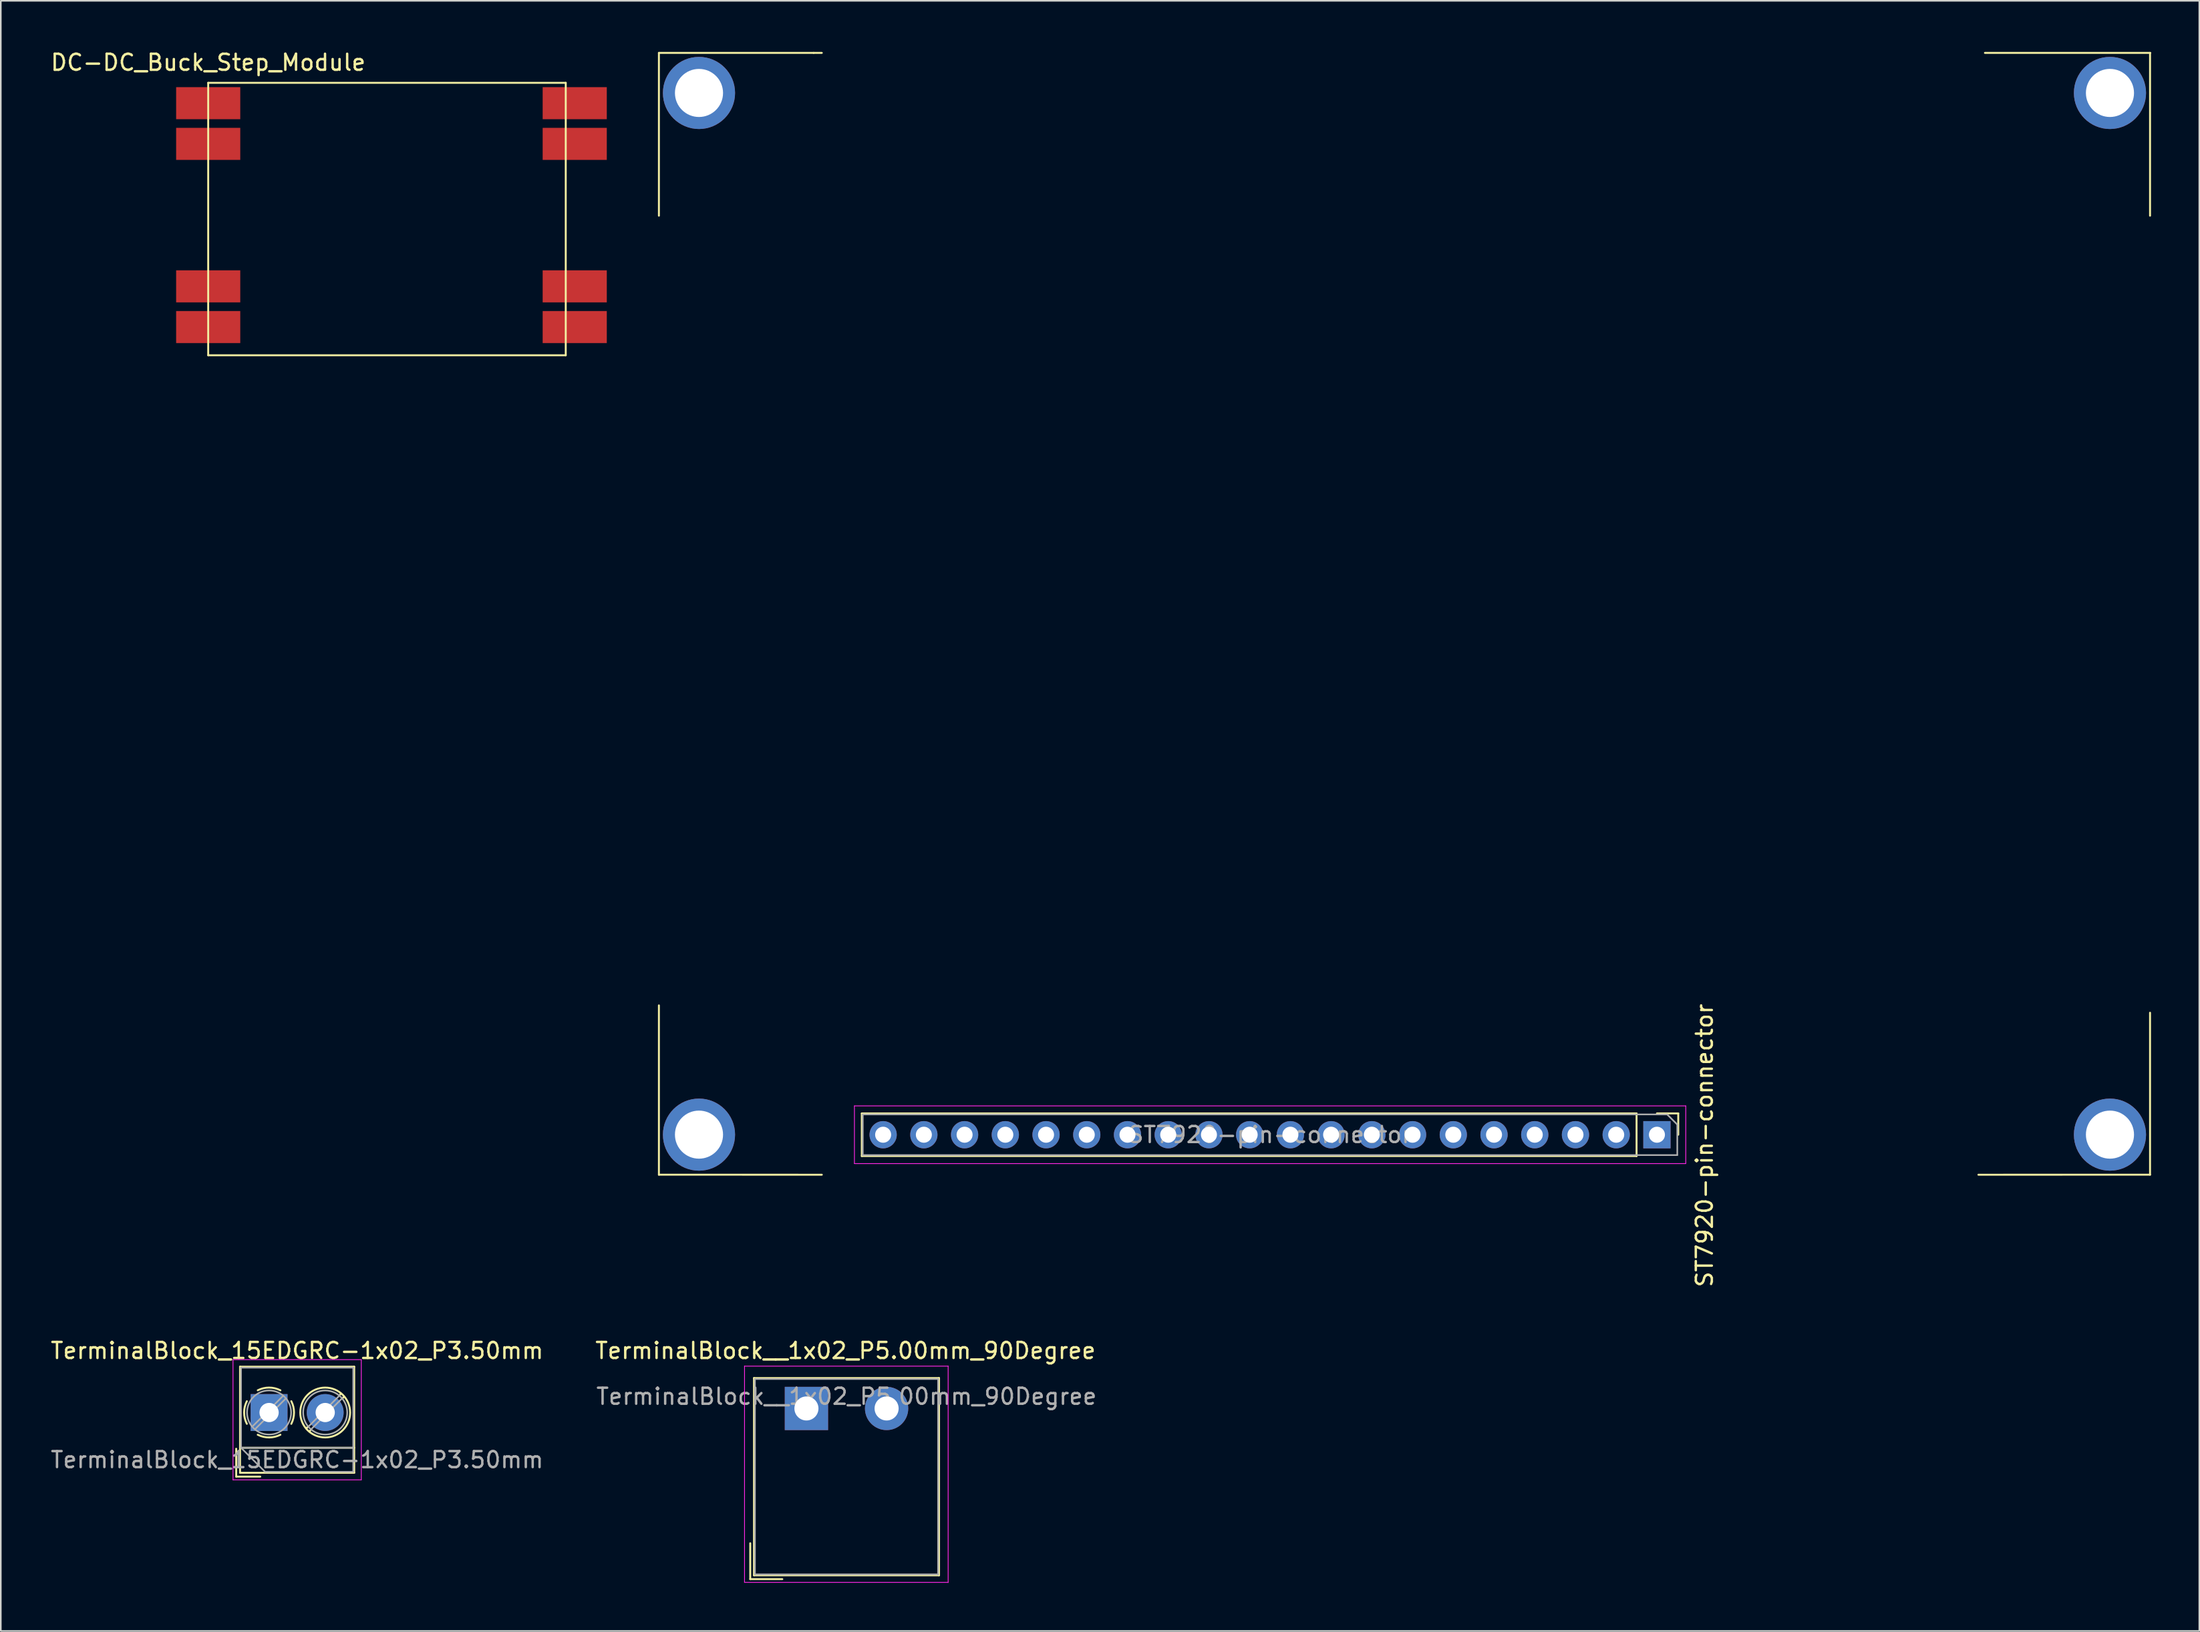
<source format=kicad_pcb>
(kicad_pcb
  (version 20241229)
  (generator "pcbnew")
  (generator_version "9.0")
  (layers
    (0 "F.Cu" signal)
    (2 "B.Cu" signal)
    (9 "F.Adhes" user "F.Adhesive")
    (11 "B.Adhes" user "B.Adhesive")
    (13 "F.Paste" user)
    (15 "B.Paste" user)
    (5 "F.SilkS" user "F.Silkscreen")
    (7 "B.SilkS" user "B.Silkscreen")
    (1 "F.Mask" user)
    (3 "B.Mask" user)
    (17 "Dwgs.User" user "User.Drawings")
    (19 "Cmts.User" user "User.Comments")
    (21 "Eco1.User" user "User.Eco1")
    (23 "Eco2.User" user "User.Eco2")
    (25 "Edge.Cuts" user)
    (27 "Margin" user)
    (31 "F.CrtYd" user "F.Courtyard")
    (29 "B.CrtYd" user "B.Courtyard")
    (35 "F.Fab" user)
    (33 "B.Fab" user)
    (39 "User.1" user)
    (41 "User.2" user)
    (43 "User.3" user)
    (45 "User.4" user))
  (footprint "ST7920-pin-connector"
    (layer "F.Cu")
    (at 38.045 0.25)
    (property "Reference" "ST7920-pin-connector" (at 65.215 68.174 270) (layer "F.SilkS") (effects (font (size 1 1) (thickness 0.15))))
    (attr through_hole)
    (fp_line (start 0 0) (end 0 10.16) (stroke (width 0.12) (type solid)) (layer "F.SilkS"))
    (fp_line (start 0 0) (end 9.652 0) (stroke (width 0.12) (type solid)) (layer "F.SilkS"))
    (fp_line (start 0 70) (end 0 59.436) (stroke (width 0.12) (type solid)) (layer "F.SilkS"))
    (fp_line (start 0 70) (end 10.16 70.002) (stroke (width 0.12) (type solid)) (layer "F.SilkS"))
    (fp_line (start 9.652 0) (end 10.16 0) (stroke (width 0.12) (type solid)) (layer "F.SilkS"))
    (fp_line (start 12.655 66.176) (end 12.655 68.836) (stroke (width 0.12) (type solid)) (layer "F.SilkS"))
    (fp_line (start 60.975 66.176) (end 12.655 66.176) (stroke (width 0.12) (type solid)) (layer "F.SilkS"))
    (fp_line (start 60.975 66.176) (end 60.975 68.836) (stroke (width 0.12) (type solid)) (layer "F.SilkS"))
    (fp_line (start 60.975 68.836) (end 12.655 68.836) (stroke (width 0.12) (type solid)) (layer "F.SilkS"))
    (fp_line (start 62.245 66.176) (end 63.575 66.176) (stroke (width 0.12) (type solid)) (layer "F.SilkS"))
    (fp_line (start 63.575 66.176) (end 63.575 67.506) (stroke (width 0.12) (type solid)) (layer "F.SilkS"))
    (fp_line (start 93 0) (end 93 10.16) (stroke (width 0.12) (type solid)) (layer "F.SilkS"))
    (fp_line (start 93 70) (end 82.296 70.002) (stroke (width 0.12) (type solid)) (layer "F.SilkS"))
    (fp_line (start 93 70) (end 93 59.893) (stroke (width 0.12) (type solid)) (layer "F.SilkS"))
    (fp_line (start 93.015 0) (end 82.702 0) (stroke (width 0.12) (type solid)) (layer "F.SilkS"))
    (fp_line (start 12.195 65.706) (end 12.195 69.306) (stroke (width 0.05) (type solid)) (layer "F.CrtYd"))
    (fp_line (start 12.195 69.306) (end 64.045 69.306) (stroke (width 0.05) (type solid)) (layer "F.CrtYd"))
    (fp_line (start 64.045 65.706) (end 12.195 65.706) (stroke (width 0.05) (type solid)) (layer "F.CrtYd"))
    (fp_line (start 64.045 69.306) (end 64.045 65.706) (stroke (width 0.05) (type solid)) (layer "F.CrtYd"))
    (fp_line (start 12.715 66.236) (end 62.88 66.236) (stroke (width 0.1) (type solid)) (layer "F.Fab"))
    (fp_line (start 12.715 68.776) (end 12.715 66.236) (stroke (width 0.1) (type solid)) (layer "F.Fab"))
    (fp_line (start 62.88 66.236) (end 63.515 66.871) (stroke (width 0.1) (type solid)) (layer "F.Fab"))
    (fp_line (start 63.515 66.871) (end 63.515 68.776) (stroke (width 0.1) (type solid)) (layer "F.Fab"))
    (fp_line (start 63.515 68.776) (end 12.715 68.776) (stroke (width 0.1) (type solid)) (layer "F.Fab"))
    (fp_text user "${REFERENCE}" (at 38.115 67.506 0) (layer "F.Fab") (effects (font (size 1 1) (thickness 0.15))))
    (pad "1" thru_hole circle (at 2.5 2.5) (size 4.5 4.5) (drill 3) (layers "*.Cu" "*.Mask"))
    (pad "1" thru_hole circle (at 2.5 67.5) (size 4.5 4.5) (drill 3) (layers "*.Cu" "*.Mask"))
    (pad "1" thru_hole rect (at 62.245 67.506 270) (size 1.7 1.7) (drill 1) (layers "*.Cu" "*.Mask"))
    (pad "1" thru_hole circle (at 90.5 2.5) (size 4.5 4.5) (drill 3) (layers "*.Cu" "*.Mask"))
    (pad "1" thru_hole circle (at 90.5 67.5) (size 4.5 4.5) (drill 3) (layers "*.Cu" "*.Mask"))
    (pad "2" thru_hole oval (at 59.705 67.506 270) (size 1.7 1.7) (drill 1) (layers "*.Cu" "*.Mask"))
    (pad "3" thru_hole oval (at 57.165 67.506 270) (size 1.7 1.7) (drill 1) (layers "*.Cu" "*.Mask"))
    (pad "4" thru_hole oval (at 54.625 67.506 270) (size 1.7 1.7) (drill 1) (layers "*.Cu" "*.Mask"))
    (pad "5" thru_hole oval (at 52.085 67.506 270) (size 1.7 1.7) (drill 1) (layers "*.Cu" "*.Mask"))
    (pad "6" thru_hole oval (at 49.545 67.506 270) (size 1.7 1.7) (drill 1) (layers "*.Cu" "*.Mask"))
    (pad "7" thru_hole oval (at 47.005 67.506 270) (size 1.7 1.7) (drill 1) (layers "*.Cu" "*.Mask"))
    (pad "8" thru_hole oval (at 44.465 67.506 270) (size 1.7 1.7) (drill 1) (layers "*.Cu" "*.Mask"))
    (pad "9" thru_hole oval (at 41.925 67.506 270) (size 1.7 1.7) (drill 1) (layers "*.Cu" "*.Mask"))
    (pad "10" thru_hole oval (at 39.385 67.506 270) (size 1.7 1.7) (drill 1) (layers "*.Cu" "*.Mask"))
    (pad "11" thru_hole oval (at 36.845 67.506 270) (size 1.7 1.7) (drill 1) (layers "*.Cu" "*.Mask"))
    (pad "12" thru_hole oval (at 34.305 67.506 270) (size 1.7 1.7) (drill 1) (layers "*.Cu" "*.Mask"))
    (pad "13" thru_hole oval (at 31.765 67.506 270) (size 1.7 1.7) (drill 1) (layers "*.Cu" "*.Mask"))
    (pad "14" thru_hole oval (at 29.225 67.506 270) (size 1.7 1.7) (drill 1) (layers "*.Cu" "*.Mask"))
    (pad "15" thru_hole oval (at 26.685 67.506 270) (size 1.7 1.7) (drill 1) (layers "*.Cu" "*.Mask"))
    (pad "16" thru_hole oval (at 24.145 67.506 270) (size 1.7 1.7) (drill 1) (layers "*.Cu" "*.Mask"))
    (pad "17" thru_hole oval (at 21.605 67.506 270) (size 1.7 1.7) (drill 1) (layers "*.Cu" "*.Mask"))
    (pad "18" thru_hole oval (at 19.065 67.506 270) (size 1.7 1.7) (drill 1) (layers "*.Cu" "*.Mask"))
    (pad "19" thru_hole oval (at 16.525 67.506 270) (size 1.7 1.7) (drill 1) (layers "*.Cu" "*.Mask"))
    (pad "20" thru_hole oval (at 13.985 67.506 270) (size 1.7 1.7) (drill 1) (layers "*.Cu" "*.Mask")))
  (footprint "DC-DC_Buck_Step_Module"
    (layer "F.Cu")
    (at 9.935 2.118)
    (property "Reference" "DC-DC_Buck_Step_Module" (at 0 -1.27 0) (layer "F.SilkS") (effects (font (size 1 1) (thickness 0.15))))
    (attr smd)
    (fp_line (start 0 0) (end 0 17) (stroke (width 0.12) (type solid)) (layer "F.SilkS"))
    (fp_line (start 0 0) (end 22.3 0) (stroke (width 0.12) (type solid)) (layer "F.SilkS"))
    (fp_line (start 0 17) (end 22.3 17) (stroke (width 0.12) (type solid)) (layer "F.SilkS"))
    (fp_line (start 22.3 0) (end 22.3 17) (stroke (width 0.12) (type solid)) (layer "F.SilkS"))
    (pad "1" smd rect (at 0 12.7) (size 4 2) (layers "F.Cu" "F.Mask" "F.Paste"))
    (pad "1" smd rect (at 0 15.24) (size 4 2) (layers "F.Cu" "F.Mask" "F.Paste"))
    (pad "2" smd rect (at 22.86 12.7) (size 4 2) (layers "F.Cu" "F.Mask" "F.Paste"))
    (pad "2" smd rect (at 22.86 15.24) (size 4 2) (layers "F.Cu" "F.Mask" "F.Paste"))
    (pad "3" smd rect (at 0 1.27) (size 4 2) (layers "F.Cu" "F.Mask" "F.Paste"))
    (pad "3" smd rect (at 0 3.81) (size 4 2) (layers "F.Cu" "F.Mask" "F.Paste"))
    (pad "3" smd rect (at 22.86 1.27) (size 4 2) (layers "F.Cu" "F.Mask" "F.Paste"))
    (pad "3" smd rect (at 22.86 3.81) (size 4 2) (layers "F.Cu" "F.Mask" "F.Paste")))
  (footprint "TerminalBlock_15EDGRC-1x02_P3.50mm"
    (layer "F.Cu")
    (at 13.732 85.09)
    (property "Reference" "TerminalBlock_15EDGRC-1x02_P3.50mm" (at 1.75 -3.86 0) (layer "F.SilkS") (effects (font (size 1 1) (thickness 0.15))))
    (attr through_hole)
    (fp_line (start -2.05 2.26) (end -2.05 4) (stroke (width 0.12) (type solid)) (layer "F.SilkS"))
    (fp_line (start -2.05 4) (end -0.55 4) (stroke (width 0.12) (type solid)) (layer "F.SilkS"))
    (fp_line (start -1.81 -2.86) (end -1.81 3.76) (stroke (width 0.12) (type solid)) (layer "F.SilkS"))
    (fp_line (start -1.81 -2.86) (end 5.31 -2.86) (stroke (width 0.12) (type solid)) (layer "F.SilkS"))
    (fp_line (start -1.81 2.2) (end 5.31 2.2) (stroke (width 0.12) (type solid)) (layer "F.SilkS"))
    (fp_line (start -1.81 3.76) (end 5.31 3.76) (stroke (width 0.12) (type solid)) (layer "F.SilkS"))
    (fp_line (start 2.397 0.914) (end 2.321 0.99) (stroke (width 0.12) (type solid)) (layer "F.SilkS"))
    (fp_line (start 2.565 1.125) (end 2.511 1.18) (stroke (width 0.12) (type solid)) (layer "F.SilkS"))
    (fp_line (start 4.49 -1.18) (end 4.436 -1.126) (stroke (width 0.12) (type solid)) (layer "F.SilkS"))
    (fp_line (start 4.68 -0.99) (end 4.604 -0.914) (stroke (width 0.12) (type solid)) (layer "F.SilkS"))
    (fp_line (start 5.31 -2.86) (end 5.31 3.76) (stroke (width 0.12) (type solid)) (layer "F.SilkS"))
    (fp_arc (start -1.386645 0.705733) (mid -1.555906 -0.000711) (end -1.386 -0.707) (stroke (width 0.12) (type solid)) (layer "F.SilkS"))
    (fp_arc (start -0.705733 -1.386645) (mid 0.000711 -1.555906) (end 0.707 -1.386) (stroke (width 0.12) (type solid)) (layer "F.SilkS"))
    (fp_arc (start 0.026444 1.555682) (mid -0.350695 1.515869) (end -0.707 1.386) (stroke (width 0.12) (type solid)) (layer "F.SilkS"))
    (fp_arc (start 0.705955 1.385515) (mid 0.363007 1.512035) (end 0 1.555) (stroke (width 0.12) (type solid)) (layer "F.SilkS"))
    (fp_arc (start 1.386645 -0.705733) (mid 1.555906 0.000711) (end 1.386 0.707) (stroke (width 0.12) (type solid)) (layer "F.SilkS"))
    (fp_circle (center 3.5 0) (end 5.055 0) (stroke (width 0.12) (type solid)) (fill no) (layer "F.SilkS"))
    (fp_line (start -2.25 -3.3) (end -2.25 4.2) (stroke (width 0.05) (type solid)) (layer "F.CrtYd"))
    (fp_line (start -2.25 4.2) (end 5.75 4.2) (stroke (width 0.05) (type solid)) (layer "F.CrtYd"))
    (fp_line (start 5.75 -3.3) (end -2.25 -3.3) (stroke (width 0.05) (type solid)) (layer "F.CrtYd"))
    (fp_line (start 5.75 4.2) (end 5.75 -3.3) (stroke (width 0.05) (type solid)) (layer "F.CrtYd"))
    (fp_line (start -1.75 -2.8) (end 5.25 -2.8) (stroke (width 0.1) (type solid)) (layer "F.Fab"))
    (fp_line (start -1.75 2.2) (end -1.75 -2.8) (stroke (width 0.1) (type solid)) (layer "F.Fab"))
    (fp_line (start -1.75 2.2) (end 5.25 2.2) (stroke (width 0.1) (type solid)) (layer "F.Fab"))
    (fp_line (start -0.25 3.7) (end -1.75 2.2) (stroke (width 0.1) (type solid)) (layer "F.Fab"))
    (fp_line (start 0.876 -1.043) (end -1.043 0.875) (stroke (width 0.1) (type solid)) (layer "F.Fab"))
    (fp_line (start 1.043 -0.875) (end -0.876 1.043) (stroke (width 0.1) (type solid)) (layer "F.Fab"))
    (fp_line (start 4.376 -1.043) (end 2.458 0.875) (stroke (width 0.1) (type solid)) (layer "F.Fab"))
    (fp_line (start 4.543 -0.875) (end 2.625 1.043) (stroke (width 0.1) (type solid)) (layer "F.Fab"))
    (fp_line (start 5.25 -2.8) (end 5.25 3.7) (stroke (width 0.1) (type solid)) (layer "F.Fab"))
    (fp_line (start 5.25 3.7) (end -0.25 3.7) (stroke (width 0.1) (type solid)) (layer "F.Fab"))
    (fp_circle (center 0 0) (end 1.375 0) (stroke (width 0.1) (type solid)) (fill no) (layer "F.Fab"))
    (fp_circle (center 3.5 0) (end 4.875 0) (stroke (width 0.1) (type solid)) (fill no) (layer "F.Fab"))
    (fp_text user "${REFERENCE}" (at 1.75 2.95 0) (layer "F.Fab") (effects (font (size 1 1) (thickness 0.15))))
    (pad "1" thru_hole rect (at 0 0) (size 2.3 2.3) (drill 1.2) (layers "*.Cu" "*.Mask"))
    (pad "2" thru_hole circle (at 3.5 0) (size 2.3 2.3) (drill 1.2) (layers "*.Cu" "*.Mask")))
  (footprint "TerminalBlock__1x02_P5.00mm_90Degree"
    (layer "F.Cu")
    (at 47.246 84.837)
    (property "Reference" "TerminalBlock__1x02_P5.00mm_90Degree" (at 2.438 -3.607 0) (layer "F.SilkS") (effects (font (size 1 1) (thickness 0.15))))
    (attr through_hole)
    (fp_line (start -3.505 8.41) (end -3.505 10.65) (stroke (width 0.12) (type solid)) (layer "F.SilkS"))
    (fp_line (start -3.505 10.65) (end -1.505 10.65) (stroke (width 0.12) (type solid)) (layer "F.SilkS"))
    (fp_line (start -3.271 -1.898) (end -3.271 10.41) (stroke (width 0.12) (type solid)) (layer "F.SilkS"))
    (fp_line (start -3.271 -1.898) (end 8.271 -1.898) (stroke (width 0.12) (type solid)) (layer "F.SilkS"))
    (fp_line (start -3.271 10.41) (end 8.271 10.41) (stroke (width 0.12) (type solid)) (layer "F.SilkS"))
    (fp_line (start 8.271 -1.898) (end 8.271 10.41) (stroke (width 0.12) (type solid)) (layer "F.SilkS"))
    (fp_line (start -3.861 -2.65) (end -3.861 10.85) (stroke (width 0.05) (type solid)) (layer "F.CrtYd"))
    (fp_line (start -3.861 10.85) (end 8.839 10.85) (stroke (width 0.05) (type solid)) (layer "F.CrtYd"))
    (fp_line (start 8.839 -2.642) (end -3.861 -2.642) (stroke (width 0.05) (type solid)) (layer "F.CrtYd"))
    (fp_line (start 8.839 10.858) (end 8.839 -2.642) (stroke (width 0.05) (type solid)) (layer "F.CrtYd"))
    (fp_line (start -3.211 -1.838) (end 8.211 -1.838) (stroke (width 0.1) (type solid)) (layer "F.Fab"))
    (fp_line (start -3.211 10.35) (end -3.211 -1.838) (stroke (width 0.1) (type solid)) (layer "F.Fab"))
    (fp_line (start 8.211 -1.838) (end 8.211 10.35) (stroke (width 0.1) (type solid)) (layer "F.Fab"))
    (fp_line (start 8.211 10.35) (end -3.211 10.35) (stroke (width 0.1) (type solid)) (layer "F.Fab"))
    (fp_text user "${REFERENCE}" (at 2.5 -0.75 0) (layer "F.Fab") (effects (font (size 1 1) (thickness 0.15))))
    (pad "1" thru_hole rect (at 0 0) (size 2.7 2.7) (drill 1.5) (layers "*.Cu" "*.Mask"))
    (pad "2" thru_hole circle (at 5 0) (size 2.7 2.7) (drill 1.5) (layers "*.Cu" "*.Mask")))
  (gr_rect
    (start -3 -3)
    (end 134.119 98.72)
    (stroke (width 0.1) (type default))
    (fill no)
    (layer "Edge.Cuts")))
</source>
